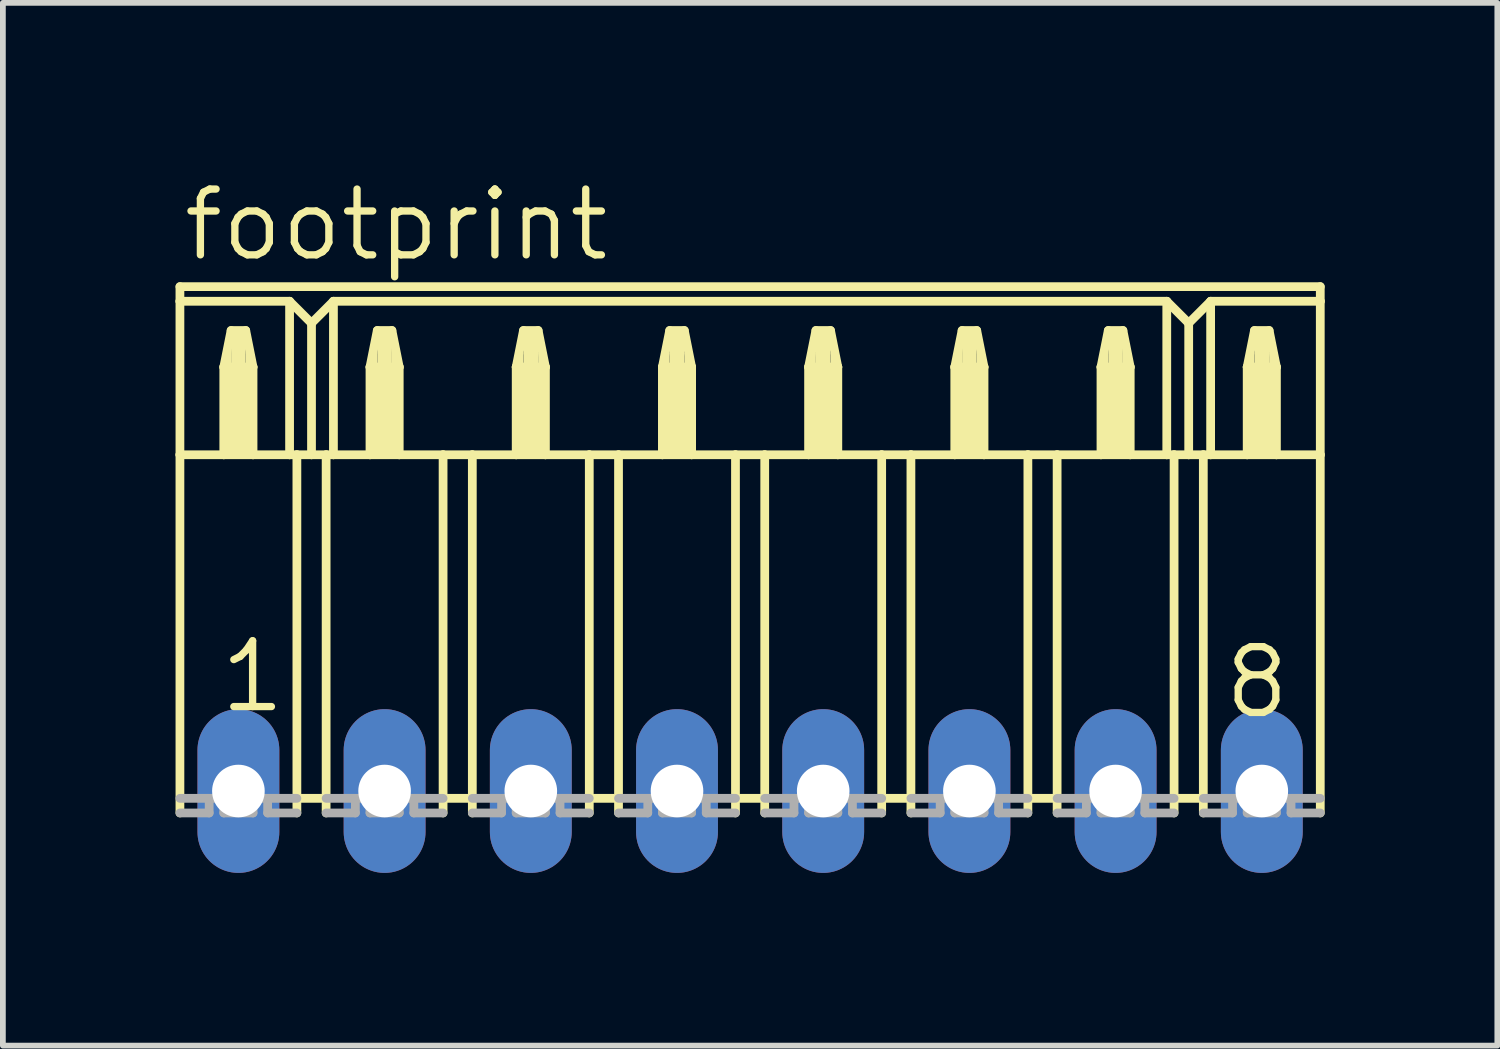
<source format=kicad_pcb>
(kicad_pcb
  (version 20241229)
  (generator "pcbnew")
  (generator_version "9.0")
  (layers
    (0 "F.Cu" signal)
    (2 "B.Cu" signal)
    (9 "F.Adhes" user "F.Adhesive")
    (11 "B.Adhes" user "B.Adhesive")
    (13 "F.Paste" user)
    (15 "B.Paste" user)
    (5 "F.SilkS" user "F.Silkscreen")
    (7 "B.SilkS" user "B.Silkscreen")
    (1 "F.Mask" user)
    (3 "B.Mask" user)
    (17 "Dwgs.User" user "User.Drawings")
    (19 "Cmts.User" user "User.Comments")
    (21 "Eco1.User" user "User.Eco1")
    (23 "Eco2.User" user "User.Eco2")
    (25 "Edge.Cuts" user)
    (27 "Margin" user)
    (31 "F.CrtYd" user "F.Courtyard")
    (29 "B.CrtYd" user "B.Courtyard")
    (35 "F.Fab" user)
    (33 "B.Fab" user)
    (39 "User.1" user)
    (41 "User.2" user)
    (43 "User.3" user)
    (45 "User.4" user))
  (footprint "footprint"
    (layer "F.Cu")
    (at 9.982 10.693)
    (property "Reference" "footprint" (at -9.906 -9.169 0) (layer "F.SilkS") (effects (font (size 1.143 1.143) (thickness 0.127)) (justify left bottom)))
    (fp_line (start -9.906 -8.763) (end -9.906 -8.509) (stroke (width 0.152) (type solid)) (layer "F.SilkS"))
    (fp_line (start -9.906 -8.763) (end 9.906 -8.763) (stroke (width 0.152) (type solid)) (layer "F.SilkS"))
    (fp_line (start -9.906 -8.509) (end -9.906 -5.842) (stroke (width 0.152) (type solid)) (layer "F.SilkS"))
    (fp_line (start -9.906 -8.509) (end -8.001 -8.509) (stroke (width 0.152) (type solid)) (layer "F.SilkS"))
    (fp_line (start -9.906 -5.842) (end -9.906 0.381) (stroke (width 0.152) (type solid)) (layer "F.SilkS"))
    (fp_line (start -9.906 -5.842) (end -9.144 -5.842) (stroke (width 0.152) (type solid)) (layer "F.SilkS"))
    (fp_line (start -9.144 -7.366) (end -9.144 -5.842) (stroke (width 0.152) (type solid)) (layer "F.SilkS"))
    (fp_line (start -9.144 -7.366) (end -9.017 -8.001) (stroke (width 0.152) (type solid)) (layer "F.SilkS"))
    (fp_line (start -9.144 -5.842) (end -8.636 -5.842) (stroke (width 0.152) (type solid)) (layer "F.SilkS"))
    (fp_line (start -9.017 -8.001) (end -8.763 -8.001) (stroke (width 0.152) (type solid)) (layer "F.SilkS"))
    (fp_line (start -8.763 -8.001) (end -8.636 -7.366) (stroke (width 0.152) (type solid)) (layer "F.SilkS"))
    (fp_line (start -8.636 -7.366) (end -9.144 -7.366) (stroke (width 0.152) (type solid)) (layer "F.SilkS"))
    (fp_line (start -8.636 -7.366) (end -8.636 -5.842) (stroke (width 0.152) (type solid)) (layer "F.SilkS"))
    (fp_line (start -8.636 -5.842) (end -8.001 -5.842) (stroke (width 0.152) (type solid)) (layer "F.SilkS"))
    (fp_line (start -8.001 -8.509) (end -8.001 -5.842) (stroke (width 0.152) (type solid)) (layer "F.SilkS"))
    (fp_line (start -8.001 -8.509) (end -7.62 -8.128) (stroke (width 0.152) (type solid)) (layer "F.SilkS"))
    (fp_line (start -8.001 -5.842) (end -7.874 -5.842) (stroke (width 0.152) (type solid)) (layer "F.SilkS"))
    (fp_line (start -7.874 -5.842) (end -7.874 0.127) (stroke (width 0.152) (type solid)) (layer "F.SilkS"))
    (fp_line (start -7.874 -5.842) (end -7.62 -5.842) (stroke (width 0.152) (type solid)) (layer "F.SilkS"))
    (fp_line (start -7.874 0.127) (end -7.874 0.381) (stroke (width 0.152) (type solid)) (layer "F.SilkS"))
    (fp_line (start -7.62 -8.128) (end -7.62 -5.842) (stroke (width 0.152) (type solid)) (layer "F.SilkS"))
    (fp_line (start -7.62 -8.128) (end -7.239 -8.509) (stroke (width 0.152) (type solid)) (layer "F.SilkS"))
    (fp_line (start -7.62 -5.842) (end -7.366 -5.842) (stroke (width 0.152) (type solid)) (layer "F.SilkS"))
    (fp_line (start -7.366 -5.842) (end -7.366 0.127) (stroke (width 0.152) (type solid)) (layer "F.SilkS"))
    (fp_line (start -7.366 -5.842) (end -7.239 -5.842) (stroke (width 0.152) (type solid)) (layer "F.SilkS"))
    (fp_line (start -7.366 0.127) (end -7.874 0.127) (stroke (width 0.152) (type solid)) (layer "F.SilkS"))
    (fp_line (start -7.366 0.127) (end -7.366 0.381) (stroke (width 0.152) (type solid)) (layer "F.SilkS"))
    (fp_line (start -7.239 -8.509) (end -7.239 -5.842) (stroke (width 0.152) (type solid)) (layer "F.SilkS"))
    (fp_line (start -7.239 -8.509) (end 7.239 -8.509) (stroke (width 0.152) (type solid)) (layer "F.SilkS"))
    (fp_line (start -7.239 -5.842) (end -6.604 -5.842) (stroke (width 0.152) (type solid)) (layer "F.SilkS"))
    (fp_line (start -6.604 -7.366) (end -6.604 -5.842) (stroke (width 0.152) (type solid)) (layer "F.SilkS"))
    (fp_line (start -6.604 -7.366) (end -6.477 -8.001) (stroke (width 0.152) (type solid)) (layer "F.SilkS"))
    (fp_line (start -6.604 -5.842) (end -6.096 -5.842) (stroke (width 0.152) (type solid)) (layer "F.SilkS"))
    (fp_line (start -6.477 -8.001) (end -6.223 -8.001) (stroke (width 0.152) (type solid)) (layer "F.SilkS"))
    (fp_line (start -6.223 -8.001) (end -6.096 -7.366) (stroke (width 0.152) (type solid)) (layer "F.SilkS"))
    (fp_line (start -6.096 -7.366) (end -6.604 -7.366) (stroke (width 0.152) (type solid)) (layer "F.SilkS"))
    (fp_line (start -6.096 -7.366) (end -6.096 -5.842) (stroke (width 0.152) (type solid)) (layer "F.SilkS"))
    (fp_line (start -6.096 -5.842) (end -5.334 -5.842) (stroke (width 0.152) (type solid)) (layer "F.SilkS"))
    (fp_line (start -5.334 -5.842) (end -5.334 0.127) (stroke (width 0.152) (type solid)) (layer "F.SilkS"))
    (fp_line (start -5.334 -5.842) (end -4.826 -5.842) (stroke (width 0.152) (type solid)) (layer "F.SilkS"))
    (fp_line (start -5.334 0.127) (end -5.334 0.381) (stroke (width 0.152) (type solid)) (layer "F.SilkS"))
    (fp_line (start -4.826 -5.842) (end -4.826 0.127) (stroke (width 0.152) (type solid)) (layer "F.SilkS"))
    (fp_line (start -4.826 -5.842) (end -4.064 -5.842) (stroke (width 0.152) (type solid)) (layer "F.SilkS"))
    (fp_line (start -4.826 0.127) (end -5.334 0.127) (stroke (width 0.152) (type solid)) (layer "F.SilkS"))
    (fp_line (start -4.826 0.127) (end -4.826 0.381) (stroke (width 0.152) (type solid)) (layer "F.SilkS"))
    (fp_line (start -4.064 -7.366) (end -4.064 -5.842) (stroke (width 0.152) (type solid)) (layer "F.SilkS"))
    (fp_line (start -4.064 -7.366) (end -3.937 -8.001) (stroke (width 0.152) (type solid)) (layer "F.SilkS"))
    (fp_line (start -4.064 -5.842) (end -3.556 -5.842) (stroke (width 0.152) (type solid)) (layer "F.SilkS"))
    (fp_line (start -3.937 -8.001) (end -3.683 -8.001) (stroke (width 0.152) (type solid)) (layer "F.SilkS"))
    (fp_line (start -3.683 -8.001) (end -3.556 -7.366) (stroke (width 0.152) (type solid)) (layer "F.SilkS"))
    (fp_line (start -3.556 -7.366) (end -4.064 -7.366) (stroke (width 0.152) (type solid)) (layer "F.SilkS"))
    (fp_line (start -3.556 -7.366) (end -3.556 -5.842) (stroke (width 0.152) (type solid)) (layer "F.SilkS"))
    (fp_line (start -3.556 -5.842) (end -2.794 -5.842) (stroke (width 0.152) (type solid)) (layer "F.SilkS"))
    (fp_line (start -2.794 -5.842) (end -2.794 0.127) (stroke (width 0.152) (type solid)) (layer "F.SilkS"))
    (fp_line (start -2.794 -5.842) (end -2.286 -5.842) (stroke (width 0.152) (type solid)) (layer "F.SilkS"))
    (fp_line (start -2.794 0.127) (end -2.794 0.381) (stroke (width 0.152) (type solid)) (layer "F.SilkS"))
    (fp_line (start -2.286 -5.842) (end -2.286 0.127) (stroke (width 0.152) (type solid)) (layer "F.SilkS"))
    (fp_line (start -2.286 -5.842) (end -1.524 -5.842) (stroke (width 0.152) (type solid)) (layer "F.SilkS"))
    (fp_line (start -2.286 0.127) (end -2.794 0.127) (stroke (width 0.152) (type solid)) (layer "F.SilkS"))
    (fp_line (start -2.286 0.127) (end -2.286 0.381) (stroke (width 0.152) (type solid)) (layer "F.SilkS"))
    (fp_line (start -1.524 -7.366) (end -1.524 -5.842) (stroke (width 0.152) (type solid)) (layer "F.SilkS"))
    (fp_line (start -1.524 -7.366) (end -1.397 -8.001) (stroke (width 0.152) (type solid)) (layer "F.SilkS"))
    (fp_line (start -1.524 -5.842) (end -1.016 -5.842) (stroke (width 0.152) (type solid)) (layer "F.SilkS"))
    (fp_line (start -1.397 -8.001) (end -1.143 -8.001) (stroke (width 0.152) (type solid)) (layer "F.SilkS"))
    (fp_line (start -1.143 -8.001) (end -1.016 -7.366) (stroke (width 0.152) (type solid)) (layer "F.SilkS"))
    (fp_line (start -1.016 -7.366) (end -1.524 -7.366) (stroke (width 0.152) (type solid)) (layer "F.SilkS"))
    (fp_line (start -1.016 -7.366) (end -1.016 -5.842) (stroke (width 0.152) (type solid)) (layer "F.SilkS"))
    (fp_line (start -1.016 -5.842) (end -0.254 -5.842) (stroke (width 0.152) (type solid)) (layer "F.SilkS"))
    (fp_line (start -0.254 -5.842) (end -0.254 0.127) (stroke (width 0.152) (type solid)) (layer "F.SilkS"))
    (fp_line (start -0.254 -5.842) (end 0.254 -5.842) (stroke (width 0.152) (type solid)) (layer "F.SilkS"))
    (fp_line (start -0.254 0.127) (end -0.254 0.381) (stroke (width 0.152) (type solid)) (layer "F.SilkS"))
    (fp_line (start 0.254 -5.842) (end 0.254 0.127) (stroke (width 0.152) (type solid)) (layer "F.SilkS"))
    (fp_line (start 0.254 -5.842) (end 1.016 -5.842) (stroke (width 0.152) (type solid)) (layer "F.SilkS"))
    (fp_line (start 0.254 0.127) (end -0.254 0.127) (stroke (width 0.152) (type solid)) (layer "F.SilkS"))
    (fp_line (start 0.254 0.127) (end 0.254 0.381) (stroke (width 0.152) (type solid)) (layer "F.SilkS"))
    (fp_line (start 1.016 -7.366) (end 1.016 -5.842) (stroke (width 0.152) (type solid)) (layer "F.SilkS"))
    (fp_line (start 1.016 -7.366) (end 1.143 -8.001) (stroke (width 0.152) (type solid)) (layer "F.SilkS"))
    (fp_line (start 1.016 -5.842) (end 1.524 -5.842) (stroke (width 0.152) (type solid)) (layer "F.SilkS"))
    (fp_line (start 1.143 -8.001) (end 1.397 -8.001) (stroke (width 0.152) (type solid)) (layer "F.SilkS"))
    (fp_line (start 1.397 -8.001) (end 1.524 -7.366) (stroke (width 0.152) (type solid)) (layer "F.SilkS"))
    (fp_line (start 1.524 -7.366) (end 1.016 -7.366) (stroke (width 0.152) (type solid)) (layer "F.SilkS"))
    (fp_line (start 1.524 -7.366) (end 1.524 -5.842) (stroke (width 0.152) (type solid)) (layer "F.SilkS"))
    (fp_line (start 1.524 -5.842) (end 2.286 -5.842) (stroke (width 0.152) (type solid)) (layer "F.SilkS"))
    (fp_line (start 2.286 -5.842) (end 2.286 0.127) (stroke (width 0.152) (type solid)) (layer "F.SilkS"))
    (fp_line (start 2.286 -5.842) (end 2.794 -5.842) (stroke (width 0.152) (type solid)) (layer "F.SilkS"))
    (fp_line (start 2.286 0.127) (end 2.286 0.381) (stroke (width 0.152) (type solid)) (layer "F.SilkS"))
    (fp_line (start 2.794 -5.842) (end 2.794 0.127) (stroke (width 0.152) (type solid)) (layer "F.SilkS"))
    (fp_line (start 2.794 -5.842) (end 3.556 -5.842) (stroke (width 0.152) (type solid)) (layer "F.SilkS"))
    (fp_line (start 2.794 0.127) (end 2.286 0.127) (stroke (width 0.152) (type solid)) (layer "F.SilkS"))
    (fp_line (start 2.794 0.127) (end 2.794 0.381) (stroke (width 0.152) (type solid)) (layer "F.SilkS"))
    (fp_line (start 3.556 -7.366) (end 3.556 -5.842) (stroke (width 0.152) (type solid)) (layer "F.SilkS"))
    (fp_line (start 3.556 -7.366) (end 3.683 -8.001) (stroke (width 0.152) (type solid)) (layer "F.SilkS"))
    (fp_line (start 3.556 -5.842) (end 4.064 -5.842) (stroke (width 0.152) (type solid)) (layer "F.SilkS"))
    (fp_line (start 3.683 -8.001) (end 3.937 -8.001) (stroke (width 0.152) (type solid)) (layer "F.SilkS"))
    (fp_line (start 3.937 -8.001) (end 4.064 -7.366) (stroke (width 0.152) (type solid)) (layer "F.SilkS"))
    (fp_line (start 4.064 -7.366) (end 3.556 -7.366) (stroke (width 0.152) (type solid)) (layer "F.SilkS"))
    (fp_line (start 4.064 -7.366) (end 4.064 -5.842) (stroke (width 0.152) (type solid)) (layer "F.SilkS"))
    (fp_line (start 4.064 -5.842) (end 4.826 -5.842) (stroke (width 0.152) (type solid)) (layer "F.SilkS"))
    (fp_line (start 4.826 -5.842) (end 4.826 0.127) (stroke (width 0.152) (type solid)) (layer "F.SilkS"))
    (fp_line (start 4.826 -5.842) (end 5.334 -5.842) (stroke (width 0.152) (type solid)) (layer "F.SilkS"))
    (fp_line (start 4.826 0.127) (end 4.826 0.381) (stroke (width 0.152) (type solid)) (layer "F.SilkS"))
    (fp_line (start 5.334 -5.842) (end 5.334 0.127) (stroke (width 0.152) (type solid)) (layer "F.SilkS"))
    (fp_line (start 5.334 -5.842) (end 6.096 -5.842) (stroke (width 0.152) (type solid)) (layer "F.SilkS"))
    (fp_line (start 5.334 0.127) (end 4.826 0.127) (stroke (width 0.152) (type solid)) (layer "F.SilkS"))
    (fp_line (start 5.334 0.127) (end 5.334 0.381) (stroke (width 0.152) (type solid)) (layer "F.SilkS"))
    (fp_line (start 6.096 -7.366) (end 6.096 -5.842) (stroke (width 0.152) (type solid)) (layer "F.SilkS"))
    (fp_line (start 6.096 -7.366) (end 6.223 -8.001) (stroke (width 0.152) (type solid)) (layer "F.SilkS"))
    (fp_line (start 6.096 -5.842) (end 6.604 -5.842) (stroke (width 0.152) (type solid)) (layer "F.SilkS"))
    (fp_line (start 6.223 -8.001) (end 6.477 -8.001) (stroke (width 0.152) (type solid)) (layer "F.SilkS"))
    (fp_line (start 6.477 -8.001) (end 6.604 -7.366) (stroke (width 0.152) (type solid)) (layer "F.SilkS"))
    (fp_line (start 6.604 -7.366) (end 6.096 -7.366) (stroke (width 0.152) (type solid)) (layer "F.SilkS"))
    (fp_line (start 6.604 -7.366) (end 6.604 -5.842) (stroke (width 0.152) (type solid)) (layer "F.SilkS"))
    (fp_line (start 6.604 -5.842) (end 7.239 -5.842) (stroke (width 0.152) (type solid)) (layer "F.SilkS"))
    (fp_line (start 7.239 -8.509) (end 7.239 -5.842) (stroke (width 0.152) (type solid)) (layer "F.SilkS"))
    (fp_line (start 7.239 -8.509) (end 7.62 -8.128) (stroke (width 0.152) (type solid)) (layer "F.SilkS"))
    (fp_line (start 7.239 -5.842) (end 7.366 -5.842) (stroke (width 0.152) (type solid)) (layer "F.SilkS"))
    (fp_line (start 7.366 -5.842) (end 7.366 0.127) (stroke (width 0.152) (type solid)) (layer "F.SilkS"))
    (fp_line (start 7.366 -5.842) (end 7.62 -5.842) (stroke (width 0.152) (type solid)) (layer "F.SilkS"))
    (fp_line (start 7.366 0.127) (end 7.366 0.381) (stroke (width 0.152) (type solid)) (layer "F.SilkS"))
    (fp_line (start 7.62 -8.128) (end 7.62 -5.842) (stroke (width 0.152) (type solid)) (layer "F.SilkS"))
    (fp_line (start 7.62 -8.128) (end 8.001 -8.509) (stroke (width 0.152) (type solid)) (layer "F.SilkS"))
    (fp_line (start 7.62 -5.842) (end 7.874 -5.842) (stroke (width 0.152) (type solid)) (layer "F.SilkS"))
    (fp_line (start 7.874 -5.842) (end 7.874 0.127) (stroke (width 0.152) (type solid)) (layer "F.SilkS"))
    (fp_line (start 7.874 -5.842) (end 8.001 -5.842) (stroke (width 0.152) (type solid)) (layer "F.SilkS"))
    (fp_line (start 7.874 0.127) (end 7.366 0.127) (stroke (width 0.152) (type solid)) (layer "F.SilkS"))
    (fp_line (start 7.874 0.127) (end 7.874 0.381) (stroke (width 0.152) (type solid)) (layer "F.SilkS"))
    (fp_line (start 8.001 -8.509) (end 8.001 -5.842) (stroke (width 0.152) (type solid)) (layer "F.SilkS"))
    (fp_line (start 8.001 -8.509) (end 9.906 -8.509) (stroke (width 0.152) (type solid)) (layer "F.SilkS"))
    (fp_line (start 8.001 -5.842) (end 8.636 -5.842) (stroke (width 0.152) (type solid)) (layer "F.SilkS"))
    (fp_line (start 8.636 -7.366) (end 8.636 -5.842) (stroke (width 0.152) (type solid)) (layer "F.SilkS"))
    (fp_line (start 8.636 -7.366) (end 8.763 -8.001) (stroke (width 0.152) (type solid)) (layer "F.SilkS"))
    (fp_line (start 8.636 -5.842) (end 9.144 -5.842) (stroke (width 0.152) (type solid)) (layer "F.SilkS"))
    (fp_line (start 8.763 -8.001) (end 9.017 -8.001) (stroke (width 0.152) (type solid)) (layer "F.SilkS"))
    (fp_line (start 9.017 -8.001) (end 9.144 -7.366) (stroke (width 0.152) (type solid)) (layer "F.SilkS"))
    (fp_line (start 9.144 -7.366) (end 8.636 -7.366) (stroke (width 0.152) (type solid)) (layer "F.SilkS"))
    (fp_line (start 9.144 -7.366) (end 9.144 -5.842) (stroke (width 0.152) (type solid)) (layer "F.SilkS"))
    (fp_line (start 9.144 -5.842) (end 9.906 -5.842) (stroke (width 0.152) (type solid)) (layer "F.SilkS"))
    (fp_line (start 9.906 -8.509) (end 9.906 -8.763) (stroke (width 0.152) (type solid)) (layer "F.SilkS"))
    (fp_line (start 9.906 -5.842) (end 9.906 -8.509) (stroke (width 0.152) (type solid)) (layer "F.SilkS"))
    (fp_line (start 9.906 -5.842) (end 9.906 0.381) (stroke (width 0.152) (type solid)) (layer "F.SilkS"))
    (fp_poly (pts (xy -9.144 -7.366) (xy -9.017 -7.366) (xy -9.017 -7.62) (xy -9.144 -7.62)) (stroke (width 0) (type solid)) (fill yes) (layer "F.SilkS"))
    (fp_poly (pts (xy -9.144 -5.842) (xy -8.636 -5.842) (xy -8.636 -7.366) (xy -9.144 -7.366)) (stroke (width 0) (type solid)) (fill yes) (layer "F.SilkS"))
    (fp_poly (pts (xy -9.017 -7.366) (xy -8.763 -7.366) (xy -8.763 -8.001) (xy -9.017 -8.001)) (stroke (width 0) (type solid)) (fill yes) (layer "F.SilkS"))
    (fp_poly (pts (xy -8.763 -7.366) (xy -8.636 -7.366) (xy -8.636 -7.62) (xy -8.763 -7.62)) (stroke (width 0) (type solid)) (fill yes) (layer "F.SilkS"))
    (fp_poly (pts (xy -6.604 -7.366) (xy -6.477 -7.366) (xy -6.477 -7.62) (xy -6.604 -7.62)) (stroke (width 0) (type solid)) (fill yes) (layer "F.SilkS"))
    (fp_poly (pts (xy -6.604 -5.842) (xy -6.096 -5.842) (xy -6.096 -7.366) (xy -6.604 -7.366)) (stroke (width 0) (type solid)) (fill yes) (layer "F.SilkS"))
    (fp_poly (pts (xy -6.477 -7.366) (xy -6.223 -7.366) (xy -6.223 -8.001) (xy -6.477 -8.001)) (stroke (width 0) (type solid)) (fill yes) (layer "F.SilkS"))
    (fp_poly (pts (xy -6.223 -7.366) (xy -6.096 -7.366) (xy -6.096 -7.62) (xy -6.223 -7.62)) (stroke (width 0) (type solid)) (fill yes) (layer "F.SilkS"))
    (fp_poly (pts (xy -4.064 -7.366) (xy -3.937 -7.366) (xy -3.937 -7.62) (xy -4.064 -7.62)) (stroke (width 0) (type solid)) (fill yes) (layer "F.SilkS"))
    (fp_poly (pts (xy -4.064 -5.842) (xy -3.556 -5.842) (xy -3.556 -7.366) (xy -4.064 -7.366)) (stroke (width 0) (type solid)) (fill yes) (layer "F.SilkS"))
    (fp_poly (pts (xy -3.937 -7.366) (xy -3.683 -7.366) (xy -3.683 -8.001) (xy -3.937 -8.001)) (stroke (width 0) (type solid)) (fill yes) (layer "F.SilkS"))
    (fp_poly (pts (xy -3.683 -7.366) (xy -3.556 -7.366) (xy -3.556 -7.62) (xy -3.683 -7.62)) (stroke (width 0) (type solid)) (fill yes) (layer "F.SilkS"))
    (fp_poly (pts (xy -1.524 -7.366) (xy -1.397 -7.366) (xy -1.397 -7.62) (xy -1.524 -7.62)) (stroke (width 0) (type solid)) (fill yes) (layer "F.SilkS"))
    (fp_poly (pts (xy -1.524 -5.842) (xy -1.016 -5.842) (xy -1.016 -7.366) (xy -1.524 -7.366)) (stroke (width 0) (type solid)) (fill yes) (layer "F.SilkS"))
    (fp_poly (pts (xy -1.397 -7.366) (xy -1.143 -7.366) (xy -1.143 -8.001) (xy -1.397 -8.001)) (stroke (width 0) (type solid)) (fill yes) (layer "F.SilkS"))
    (fp_poly (pts (xy -1.143 -7.366) (xy -1.016 -7.366) (xy -1.016 -7.62) (xy -1.143 -7.62)) (stroke (width 0) (type solid)) (fill yes) (layer "F.SilkS"))
    (fp_poly (pts (xy 1.016 -7.366) (xy 1.143 -7.366) (xy 1.143 -7.62) (xy 1.016 -7.62)) (stroke (width 0) (type solid)) (fill yes) (layer "F.SilkS"))
    (fp_poly (pts (xy 1.016 -5.842) (xy 1.524 -5.842) (xy 1.524 -7.366) (xy 1.016 -7.366)) (stroke (width 0) (type solid)) (fill yes) (layer "F.SilkS"))
    (fp_poly (pts (xy 1.143 -7.366) (xy 1.397 -7.366) (xy 1.397 -8.001) (xy 1.143 -8.001)) (stroke (width 0) (type solid)) (fill yes) (layer "F.SilkS"))
    (fp_poly (pts (xy 1.397 -7.366) (xy 1.524 -7.366) (xy 1.524 -7.62) (xy 1.397 -7.62)) (stroke (width 0) (type solid)) (fill yes) (layer "F.SilkS"))
    (fp_poly (pts (xy 3.556 -7.366) (xy 3.683 -7.366) (xy 3.683 -7.62) (xy 3.556 -7.62)) (stroke (width 0) (type solid)) (fill yes) (layer "F.SilkS"))
    (fp_poly (pts (xy 3.556 -5.842) (xy 4.064 -5.842) (xy 4.064 -7.366) (xy 3.556 -7.366)) (stroke (width 0) (type solid)) (fill yes) (layer "F.SilkS"))
    (fp_poly (pts (xy 3.683 -7.366) (xy 3.937 -7.366) (xy 3.937 -8.001) (xy 3.683 -8.001)) (stroke (width 0) (type solid)) (fill yes) (layer "F.SilkS"))
    (fp_poly (pts (xy 3.937 -7.366) (xy 4.064 -7.366) (xy 4.064 -7.62) (xy 3.937 -7.62)) (stroke (width 0) (type solid)) (fill yes) (layer "F.SilkS"))
    (fp_poly (pts (xy 6.096 -7.366) (xy 6.223 -7.366) (xy 6.223 -7.62) (xy 6.096 -7.62)) (stroke (width 0) (type solid)) (fill yes) (layer "F.SilkS"))
    (fp_poly (pts (xy 6.096 -5.842) (xy 6.604 -5.842) (xy 6.604 -7.366) (xy 6.096 -7.366)) (stroke (width 0) (type solid)) (fill yes) (layer "F.SilkS"))
    (fp_poly (pts (xy 6.223 -7.366) (xy 6.477 -7.366) (xy 6.477 -8.001) (xy 6.223 -8.001)) (stroke (width 0) (type solid)) (fill yes) (layer "F.SilkS"))
    (fp_poly (pts (xy 6.477 -7.366) (xy 6.604 -7.366) (xy 6.604 -7.62) (xy 6.477 -7.62)) (stroke (width 0) (type solid)) (fill yes) (layer "F.SilkS"))
    (fp_poly (pts (xy 8.636 -7.366) (xy 8.763 -7.366) (xy 8.763 -7.62) (xy 8.636 -7.62)) (stroke (width 0) (type solid)) (fill yes) (layer "F.SilkS"))
    (fp_poly (pts (xy 8.636 -5.842) (xy 9.144 -5.842) (xy 9.144 -7.366) (xy 8.636 -7.366)) (stroke (width 0) (type solid)) (fill yes) (layer "F.SilkS"))
    (fp_poly (pts (xy 8.763 -7.366) (xy 9.017 -7.366) (xy 9.017 -8.001) (xy 8.763 -8.001)) (stroke (width 0) (type solid)) (fill yes) (layer "F.SilkS"))
    (fp_poly (pts (xy 9.017 -7.366) (xy 9.144 -7.366) (xy 9.144 -7.62) (xy 9.017 -7.62)) (stroke (width 0) (type solid)) (fill yes) (layer "F.SilkS"))
    (fp_line (start -9.906 0.127) (end -9.398 0.127) (stroke (width 0.152) (type solid)) (layer "F.Fab"))
    (fp_line (start -9.398 0.381) (end -9.906 0.381) (stroke (width 0.152) (type solid)) (layer "F.Fab"))
    (fp_line (start -9.398 0.381) (end -9.398 0.127) (stroke (width 0.152) (type solid)) (layer "F.Fab"))
    (fp_line (start -9.144 0.127) (end -9.398 0.127) (stroke (width 0.152) (type solid)) (layer "F.Fab"))
    (fp_line (start -9.144 0.381) (end -9.144 0.127) (stroke (width 0.152) (type solid)) (layer "F.Fab"))
    (fp_line (start -8.636 0.381) (end -9.144 0.381) (stroke (width 0.152) (type solid)) (layer "F.Fab"))
    (fp_line (start -8.636 0.381) (end -8.636 0.127) (stroke (width 0.152) (type solid)) (layer "F.Fab"))
    (fp_line (start -8.382 0.127) (end -8.636 0.127) (stroke (width 0.152) (type solid)) (layer "F.Fab"))
    (fp_line (start -8.382 0.381) (end -8.382 0.127) (stroke (width 0.152) (type solid)) (layer "F.Fab"))
    (fp_line (start -7.874 0.127) (end -8.382 0.127) (stroke (width 0.152) (type solid)) (layer "F.Fab"))
    (fp_line (start -7.874 0.381) (end -8.382 0.381) (stroke (width 0.152) (type solid)) (layer "F.Fab"))
    (fp_line (start -7.366 0.127) (end -6.858 0.127) (stroke (width 0.152) (type solid)) (layer "F.Fab"))
    (fp_line (start -6.858 0.381) (end -7.366 0.381) (stroke (width 0.152) (type solid)) (layer "F.Fab"))
    (fp_line (start -6.858 0.381) (end -6.858 0.127) (stroke (width 0.152) (type solid)) (layer "F.Fab"))
    (fp_line (start -6.604 0.127) (end -6.858 0.127) (stroke (width 0.152) (type solid)) (layer "F.Fab"))
    (fp_line (start -6.604 0.381) (end -6.604 0.127) (stroke (width 0.152) (type solid)) (layer "F.Fab"))
    (fp_line (start -6.096 0.381) (end -6.604 0.381) (stroke (width 0.152) (type solid)) (layer "F.Fab"))
    (fp_line (start -6.096 0.381) (end -6.096 0.127) (stroke (width 0.152) (type solid)) (layer "F.Fab"))
    (fp_line (start -5.842 0.127) (end -6.096 0.127) (stroke (width 0.152) (type solid)) (layer "F.Fab"))
    (fp_line (start -5.842 0.381) (end -5.842 0.127) (stroke (width 0.152) (type solid)) (layer "F.Fab"))
    (fp_line (start -5.334 0.127) (end -5.842 0.127) (stroke (width 0.152) (type solid)) (layer "F.Fab"))
    (fp_line (start -5.334 0.381) (end -5.842 0.381) (stroke (width 0.152) (type solid)) (layer "F.Fab"))
    (fp_line (start -4.826 0.127) (end -4.318 0.127) (stroke (width 0.152) (type solid)) (layer "F.Fab"))
    (fp_line (start -4.318 0.381) (end -4.826 0.381) (stroke (width 0.152) (type solid)) (layer "F.Fab"))
    (fp_line (start -4.318 0.381) (end -4.318 0.127) (stroke (width 0.152) (type solid)) (layer "F.Fab"))
    (fp_line (start -4.064 0.127) (end -4.318 0.127) (stroke (width 0.152) (type solid)) (layer "F.Fab"))
    (fp_line (start -4.064 0.381) (end -4.064 0.127) (stroke (width 0.152) (type solid)) (layer "F.Fab"))
    (fp_line (start -3.556 0.381) (end -4.064 0.381) (stroke (width 0.152) (type solid)) (layer "F.Fab"))
    (fp_line (start -3.556 0.381) (end -3.556 0.127) (stroke (width 0.152) (type solid)) (layer "F.Fab"))
    (fp_line (start -3.302 0.127) (end -3.556 0.127) (stroke (width 0.152) (type solid)) (layer "F.Fab"))
    (fp_line (start -3.302 0.381) (end -3.302 0.127) (stroke (width 0.152) (type solid)) (layer "F.Fab"))
    (fp_line (start -2.794 0.127) (end -3.302 0.127) (stroke (width 0.152) (type solid)) (layer "F.Fab"))
    (fp_line (start -2.794 0.381) (end -3.302 0.381) (stroke (width 0.152) (type solid)) (layer "F.Fab"))
    (fp_line (start -2.286 0.127) (end -1.778 0.127) (stroke (width 0.152) (type solid)) (layer "F.Fab"))
    (fp_line (start -1.778 0.381) (end -2.286 0.381) (stroke (width 0.152) (type solid)) (layer "F.Fab"))
    (fp_line (start -1.778 0.381) (end -1.778 0.127) (stroke (width 0.152) (type solid)) (layer "F.Fab"))
    (fp_line (start -1.524 0.127) (end -1.778 0.127) (stroke (width 0.152) (type solid)) (layer "F.Fab"))
    (fp_line (start -1.524 0.381) (end -1.524 0.127) (stroke (width 0.152) (type solid)) (layer "F.Fab"))
    (fp_line (start -1.016 0.381) (end -1.524 0.381) (stroke (width 0.152) (type solid)) (layer "F.Fab"))
    (fp_line (start -1.016 0.381) (end -1.016 0.127) (stroke (width 0.152) (type solid)) (layer "F.Fab"))
    (fp_line (start -0.762 0.127) (end -1.016 0.127) (stroke (width 0.152) (type solid)) (layer "F.Fab"))
    (fp_line (start -0.762 0.381) (end -0.762 0.127) (stroke (width 0.152) (type solid)) (layer "F.Fab"))
    (fp_line (start -0.254 0.127) (end -0.762 0.127) (stroke (width 0.152) (type solid)) (layer "F.Fab"))
    (fp_line (start -0.254 0.381) (end -0.762 0.381) (stroke (width 0.152) (type solid)) (layer "F.Fab"))
    (fp_line (start 0.254 0.127) (end 0.762 0.127) (stroke (width 0.152) (type solid)) (layer "F.Fab"))
    (fp_line (start 0.762 0.381) (end 0.254 0.381) (stroke (width 0.152) (type solid)) (layer "F.Fab"))
    (fp_line (start 0.762 0.381) (end 0.762 0.127) (stroke (width 0.152) (type solid)) (layer "F.Fab"))
    (fp_line (start 1.016 0.127) (end 0.762 0.127) (stroke (width 0.152) (type solid)) (layer "F.Fab"))
    (fp_line (start 1.016 0.381) (end 1.016 0.127) (stroke (width 0.152) (type solid)) (layer "F.Fab"))
    (fp_line (start 1.524 0.381) (end 1.016 0.381) (stroke (width 0.152) (type solid)) (layer "F.Fab"))
    (fp_line (start 1.524 0.381) (end 1.524 0.127) (stroke (width 0.152) (type solid)) (layer "F.Fab"))
    (fp_line (start 1.778 0.127) (end 1.524 0.127) (stroke (width 0.152) (type solid)) (layer "F.Fab"))
    (fp_line (start 1.778 0.381) (end 1.778 0.127) (stroke (width 0.152) (type solid)) (layer "F.Fab"))
    (fp_line (start 2.286 0.127) (end 1.778 0.127) (stroke (width 0.152) (type solid)) (layer "F.Fab"))
    (fp_line (start 2.286 0.381) (end 1.778 0.381) (stroke (width 0.152) (type solid)) (layer "F.Fab"))
    (fp_line (start 2.794 0.127) (end 3.302 0.127) (stroke (width 0.152) (type solid)) (layer "F.Fab"))
    (fp_line (start 3.302 0.381) (end 2.794 0.381) (stroke (width 0.152) (type solid)) (layer "F.Fab"))
    (fp_line (start 3.302 0.381) (end 3.302 0.127) (stroke (width 0.152) (type solid)) (layer "F.Fab"))
    (fp_line (start 3.556 0.127) (end 3.302 0.127) (stroke (width 0.152) (type solid)) (layer "F.Fab"))
    (fp_line (start 3.556 0.381) (end 3.556 0.127) (stroke (width 0.152) (type solid)) (layer "F.Fab"))
    (fp_line (start 4.064 0.381) (end 3.556 0.381) (stroke (width 0.152) (type solid)) (layer "F.Fab"))
    (fp_line (start 4.064 0.381) (end 4.064 0.127) (stroke (width 0.152) (type solid)) (layer "F.Fab"))
    (fp_line (start 4.318 0.127) (end 4.064 0.127) (stroke (width 0.152) (type solid)) (layer "F.Fab"))
    (fp_line (start 4.318 0.381) (end 4.318 0.127) (stroke (width 0.152) (type solid)) (layer "F.Fab"))
    (fp_line (start 4.826 0.127) (end 4.318 0.127) (stroke (width 0.152) (type solid)) (layer "F.Fab"))
    (fp_line (start 4.826 0.381) (end 4.318 0.381) (stroke (width 0.152) (type solid)) (layer "F.Fab"))
    (fp_line (start 5.334 0.127) (end 5.842 0.127) (stroke (width 0.152) (type solid)) (layer "F.Fab"))
    (fp_line (start 5.842 0.381) (end 5.334 0.381) (stroke (width 0.152) (type solid)) (layer "F.Fab"))
    (fp_line (start 5.842 0.381) (end 5.842 0.127) (stroke (width 0.152) (type solid)) (layer "F.Fab"))
    (fp_line (start 6.096 0.127) (end 5.842 0.127) (stroke (width 0.152) (type solid)) (layer "F.Fab"))
    (fp_line (start 6.096 0.381) (end 6.096 0.127) (stroke (width 0.152) (type solid)) (layer "F.Fab"))
    (fp_line (start 6.604 0.381) (end 6.096 0.381) (stroke (width 0.152) (type solid)) (layer "F.Fab"))
    (fp_line (start 6.604 0.381) (end 6.604 0.127) (stroke (width 0.152) (type solid)) (layer "F.Fab"))
    (fp_line (start 6.858 0.127) (end 6.604 0.127) (stroke (width 0.152) (type solid)) (layer "F.Fab"))
    (fp_line (start 6.858 0.381) (end 6.858 0.127) (stroke (width 0.152) (type solid)) (layer "F.Fab"))
    (fp_line (start 7.366 0.127) (end 6.858 0.127) (stroke (width 0.152) (type solid)) (layer "F.Fab"))
    (fp_line (start 7.366 0.381) (end 6.858 0.381) (stroke (width 0.152) (type solid)) (layer "F.Fab"))
    (fp_line (start 7.874 0.127) (end 8.382 0.127) (stroke (width 0.152) (type solid)) (layer "F.Fab"))
    (fp_line (start 8.382 0.381) (end 7.874 0.381) (stroke (width 0.152) (type solid)) (layer "F.Fab"))
    (fp_line (start 8.382 0.381) (end 8.382 0.127) (stroke (width 0.152) (type solid)) (layer "F.Fab"))
    (fp_line (start 8.636 0.127) (end 8.382 0.127) (stroke (width 0.152) (type solid)) (layer "F.Fab"))
    (fp_line (start 8.636 0.381) (end 8.636 0.127) (stroke (width 0.152) (type solid)) (layer "F.Fab"))
    (fp_line (start 9.144 0.381) (end 8.636 0.381) (stroke (width 0.152) (type solid)) (layer "F.Fab"))
    (fp_line (start 9.144 0.381) (end 9.144 0.127) (stroke (width 0.152) (type solid)) (layer "F.Fab"))
    (fp_line (start 9.398 0.127) (end 9.144 0.127) (stroke (width 0.152) (type solid)) (layer "F.Fab"))
    (fp_line (start 9.398 0.381) (end 9.398 0.127) (stroke (width 0.152) (type solid)) (layer "F.Fab"))
    (fp_line (start 9.906 0.127) (end 9.398 0.127) (stroke (width 0.152) (type solid)) (layer "F.Fab"))
    (fp_line (start 9.906 0.381) (end 9.398 0.381) (stroke (width 0.152) (type solid)) (layer "F.Fab"))
    (fp_text user "8" (at 8.179 -1.219 0) (layer "F.SilkS") (effects (font (size 1.143 1.143) (thickness 0.127)) (justify left bottom)))
    (fp_text user "1" (at -9.271 -1.321 0) (layer "F.SilkS") (effects (font (size 1.143 1.143) (thickness 0.127)) (justify left bottom)))
    (pad "1" thru_hole oval (at -8.89 0 90) (size 2.845 1.422) (drill 0.914) (layers "*.Cu" "*.Mask"))
    (pad "2" thru_hole oval (at -6.35 0 90) (size 2.845 1.422) (drill 0.914) (layers "*.Cu" "*.Mask"))
    (pad "3" thru_hole oval (at -3.81 0 90) (size 2.845 1.422) (drill 0.914) (layers "*.Cu" "*.Mask"))
    (pad "4" thru_hole oval (at -1.27 0 90) (size 2.845 1.422) (drill 0.914) (layers "*.Cu" "*.Mask"))
    (pad "5" thru_hole oval (at 1.27 0 90) (size 2.845 1.422) (drill 0.914) (layers "*.Cu" "*.Mask"))
    (pad "6" thru_hole oval (at 3.81 0 90) (size 2.845 1.422) (drill 0.914) (layers "*.Cu" "*.Mask"))
    (pad "7" thru_hole oval (at 6.35 0 90) (size 2.845 1.422) (drill 0.914) (layers "*.Cu" "*.Mask"))
    (pad "8" thru_hole oval (at 8.89 0 90) (size 2.845 1.422) (drill 0.914) (layers "*.Cu" "*.Mask")))
  (gr_rect
    (start -3 -3)
    (end 22.964 15.116)
    (stroke (width 0.1) (type default))
    (fill no)
    (layer "Edge.Cuts")))
</source>
